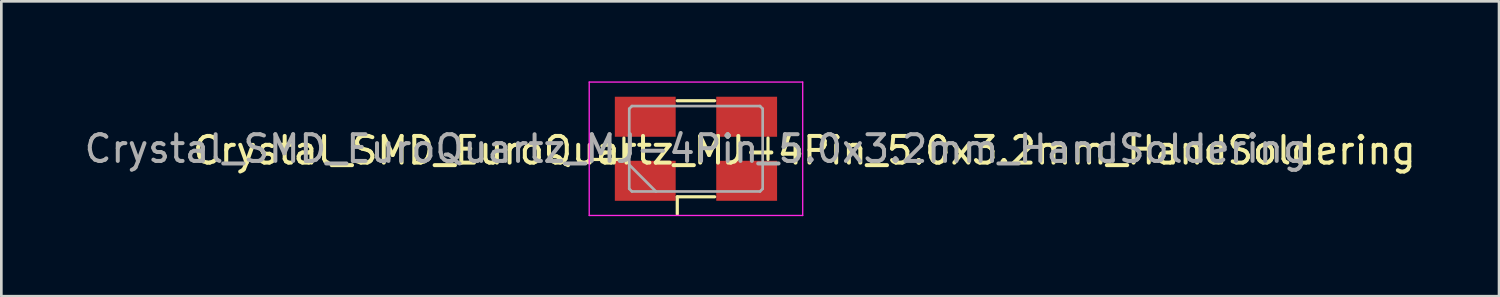
<source format=kicad_pcb>
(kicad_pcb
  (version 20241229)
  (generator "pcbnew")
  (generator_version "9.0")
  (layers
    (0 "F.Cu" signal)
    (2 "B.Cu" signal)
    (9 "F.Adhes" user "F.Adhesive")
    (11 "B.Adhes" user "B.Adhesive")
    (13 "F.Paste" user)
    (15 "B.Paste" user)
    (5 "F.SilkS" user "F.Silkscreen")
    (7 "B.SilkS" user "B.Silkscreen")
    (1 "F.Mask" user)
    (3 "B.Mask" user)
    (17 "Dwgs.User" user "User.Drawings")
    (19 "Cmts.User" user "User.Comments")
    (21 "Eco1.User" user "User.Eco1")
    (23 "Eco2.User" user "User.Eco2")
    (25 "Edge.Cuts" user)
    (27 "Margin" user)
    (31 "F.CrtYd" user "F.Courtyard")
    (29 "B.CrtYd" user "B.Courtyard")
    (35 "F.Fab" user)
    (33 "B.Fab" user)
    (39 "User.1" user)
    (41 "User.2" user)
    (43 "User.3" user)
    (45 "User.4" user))
  (footprint "Crystal_SMD_EuroQuartz_MJ-4Pin_5.0x3.2mm_HandSoldering"
    (layer "F.Cu")
    (at 23.03 2.525)
    (property "Reference" "Crystal_SMD_EuroQuartz_MJ-4Pin_5.0x3.2mm_HandSoldering" (at 4.064 0.064 0) (layer "F.SilkS") (effects (font (size 1 1) (thickness 0.15))))
    (attr smd)
    (fp_line (start -3.95 0.4) (end -2.7 0.4) (stroke (width 0.12) (type solid)) (layer "F.SilkS"))
    (fp_line (start -2.7 0.4) (end -2.7 -0.4) (stroke (width 0.12) (type solid)) (layer "F.SilkS"))
    (fp_line (start -0.7 -1.8) (end 0.7 -1.8) (stroke (width 0.12) (type solid)) (layer "F.SilkS"))
    (fp_line (start -0.7 1.8) (end -0.7 2.45) (stroke (width 0.12) (type solid)) (layer "F.SilkS"))
    (fp_line (start 0.7 1.8) (end -0.7 1.8) (stroke (width 0.12) (type solid)) (layer "F.SilkS"))
    (fp_line (start 2.7 -0.4) (end 2.7 0.4) (stroke (width 0.12) (type solid)) (layer "F.SilkS"))
    (fp_line (start -4 -2.5) (end -4 2.5) (stroke (width 0.05) (type solid)) (layer "F.CrtYd"))
    (fp_line (start -4 2.5) (end 4 2.5) (stroke (width 0.05) (type solid)) (layer "F.CrtYd"))
    (fp_line (start 4 -2.5) (end -4 -2.5) (stroke (width 0.05) (type solid)) (layer "F.CrtYd"))
    (fp_line (start 4 2.5) (end 4 -2.5) (stroke (width 0.05) (type solid)) (layer "F.CrtYd"))
    (fp_line (start -2.5 -1.5) (end -2.4 -1.6) (stroke (width 0.1) (type solid)) (layer "F.Fab"))
    (fp_line (start -2.5 0.6) (end -1.5 1.6) (stroke (width 0.1) (type solid)) (layer "F.Fab"))
    (fp_line (start -2.5 1.5) (end -2.5 -1.5) (stroke (width 0.1) (type solid)) (layer "F.Fab"))
    (fp_line (start -2.4 -1.6) (end 2.4 -1.6) (stroke (width 0.1) (type solid)) (layer "F.Fab"))
    (fp_line (start -2.4 1.6) (end -2.5 1.5) (stroke (width 0.1) (type solid)) (layer "F.Fab"))
    (fp_line (start 2.4 -1.6) (end 2.5 -1.5) (stroke (width 0.1) (type solid)) (layer "F.Fab"))
    (fp_line (start 2.4 1.6) (end -2.4 1.6) (stroke (width 0.1) (type solid)) (layer "F.Fab"))
    (fp_line (start 2.5 -1.5) (end 2.5 1.5) (stroke (width 0.1) (type solid)) (layer "F.Fab"))
    (fp_line (start 2.5 1.5) (end 2.4 1.6) (stroke (width 0.1) (type solid)) (layer "F.Fab"))
    (fp_text user "${REFERENCE}" (at 0 0 0) (layer "F.Fab") (effects (font (size 1 1) (thickness 0.15))))
    (pad "1" smd rect (at -1.9 1.2) (size 2.28 1.5) (layers "F.Cu" "F.Mask" "F.Paste"))
    (pad "2" smd rect (at 1.9 1.2) (size 2.28 1.5) (layers "F.Cu" "F.Mask" "F.Paste"))
    (pad "3" smd rect (at 1.9 -1.2) (size 2.28 1.5) (layers "F.Cu" "F.Mask" "F.Paste"))
    (pad "4" smd rect (at -1.9 -1.2) (size 2.28 1.5) (layers "F.Cu" "F.Mask" "F.Paste")))
  (gr_rect
    (start -3 -3)
    (end 53.124 8.05)
    (stroke (width 0.1) (type default))
    (fill no)
    (layer "Edge.Cuts")))
</source>
